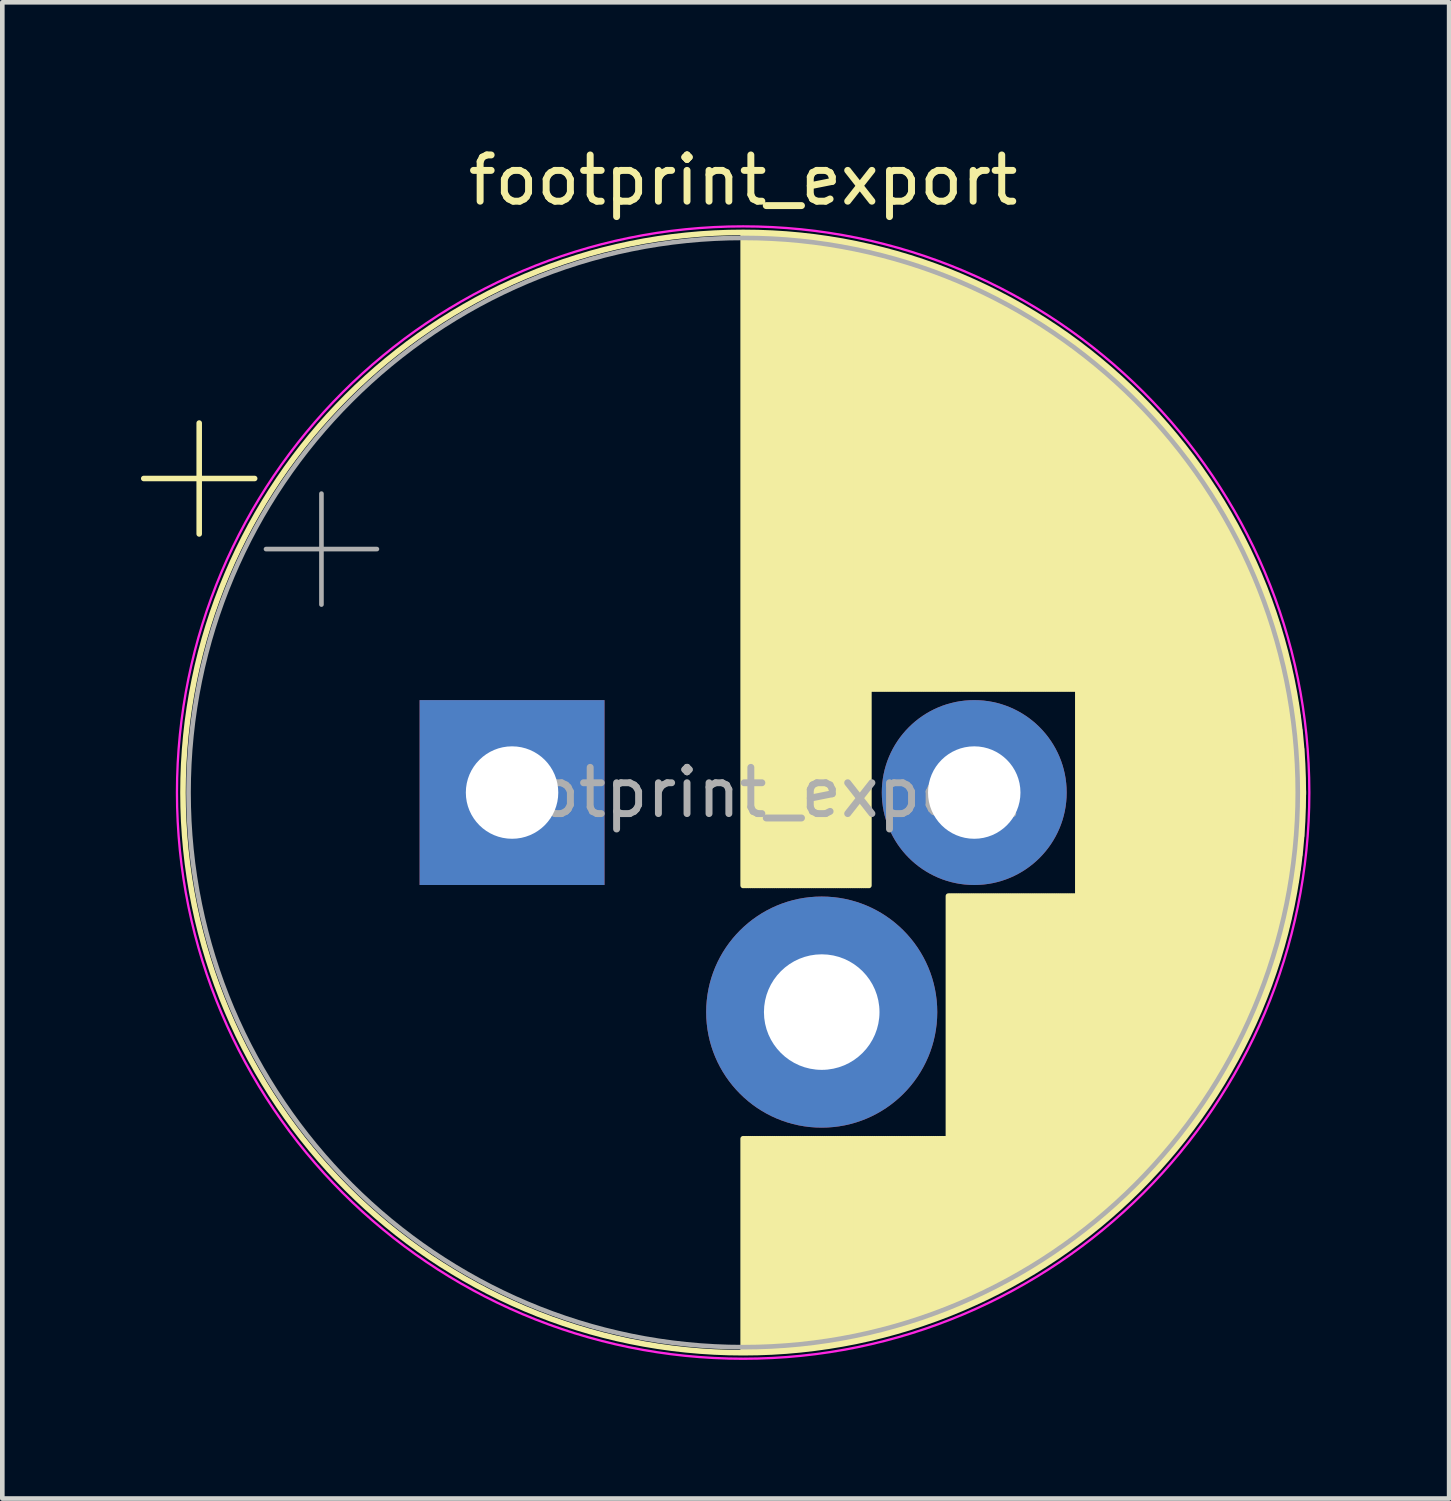
<source format=kicad_pcb>
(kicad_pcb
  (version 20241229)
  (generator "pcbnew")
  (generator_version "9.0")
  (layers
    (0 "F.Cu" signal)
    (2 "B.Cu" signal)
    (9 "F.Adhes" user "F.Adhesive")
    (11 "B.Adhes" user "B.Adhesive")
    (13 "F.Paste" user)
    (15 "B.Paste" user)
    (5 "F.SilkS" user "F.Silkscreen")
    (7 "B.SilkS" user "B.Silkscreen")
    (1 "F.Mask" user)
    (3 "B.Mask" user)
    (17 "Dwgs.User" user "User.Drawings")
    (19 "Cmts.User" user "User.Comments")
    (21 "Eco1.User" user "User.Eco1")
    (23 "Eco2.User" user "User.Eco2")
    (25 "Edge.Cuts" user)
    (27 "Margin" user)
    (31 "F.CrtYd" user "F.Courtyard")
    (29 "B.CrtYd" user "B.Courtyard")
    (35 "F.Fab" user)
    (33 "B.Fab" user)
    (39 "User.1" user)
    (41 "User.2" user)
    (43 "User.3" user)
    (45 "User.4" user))
  (footprint "footprint_export"
    (layer "F.Cu")
    (at 8.029 14.098)
    (property "Reference" "footprint_export" (at 5 -13.25 0) (layer "F.SilkS") (effects (font (size 1 1) (thickness 0.15))))
    (attr through_hole)
    (fp_line (start -7.969 -6.795) (end -5.569 -6.795) (stroke (width 0.12) (type solid)) (layer "F.SilkS"))
    (fp_line (start -6.769 -7.995) (end -6.769 -5.595) (stroke (width 0.12) (type solid)) (layer "F.SilkS"))
    (fp_line (start 5 -12.081) (end 5 2.01) (stroke (width 0.12) (type solid)) (layer "F.SilkS"))
    (fp_line (start 5 7.49) (end 5 12.081) (stroke (width 0.12) (type solid)) (layer "F.SilkS"))
    (fp_line (start 5.04 -12.08) (end 5.04 2.01) (stroke (width 0.12) (type solid)) (layer "F.SilkS"))
    (fp_line (start 5.04 7.49) (end 5.04 12.08) (stroke (width 0.12) (type solid)) (layer "F.SilkS"))
    (fp_line (start 5.08 -12.08) (end 5.08 2.01) (stroke (width 0.12) (type solid)) (layer "F.SilkS"))
    (fp_line (start 5.08 7.49) (end 5.08 12.08) (stroke (width 0.12) (type solid)) (layer "F.SilkS"))
    (fp_line (start 5.12 -12.08) (end 5.12 2.01) (stroke (width 0.12) (type solid)) (layer "F.SilkS"))
    (fp_line (start 5.12 7.49) (end 5.12 12.08) (stroke (width 0.12) (type solid)) (layer "F.SilkS"))
    (fp_line (start 5.16 -12.079) (end 5.16 2.01) (stroke (width 0.12) (type solid)) (layer "F.SilkS"))
    (fp_line (start 5.16 7.49) (end 5.16 12.079) (stroke (width 0.12) (type solid)) (layer "F.SilkS"))
    (fp_line (start 5.2 -12.079) (end 5.2 2.01) (stroke (width 0.12) (type solid)) (layer "F.SilkS"))
    (fp_line (start 5.2 7.49) (end 5.2 12.079) (stroke (width 0.12) (type solid)) (layer "F.SilkS"))
    (fp_line (start 5.24 -12.078) (end 5.24 2.01) (stroke (width 0.12) (type solid)) (layer "F.SilkS"))
    (fp_line (start 5.24 7.49) (end 5.24 12.078) (stroke (width 0.12) (type solid)) (layer "F.SilkS"))
    (fp_line (start 5.28 -12.077) (end 5.28 2.01) (stroke (width 0.12) (type solid)) (layer "F.SilkS"))
    (fp_line (start 5.28 7.49) (end 5.28 12.077) (stroke (width 0.12) (type solid)) (layer "F.SilkS"))
    (fp_line (start 5.32 -12.076) (end 5.32 2.01) (stroke (width 0.12) (type solid)) (layer "F.SilkS"))
    (fp_line (start 5.32 7.49) (end 5.32 12.076) (stroke (width 0.12) (type solid)) (layer "F.SilkS"))
    (fp_line (start 5.36 -12.075) (end 5.36 2.01) (stroke (width 0.12) (type solid)) (layer "F.SilkS"))
    (fp_line (start 5.36 7.49) (end 5.36 12.075) (stroke (width 0.12) (type solid)) (layer "F.SilkS"))
    (fp_line (start 5.4 -12.074) (end 5.4 2.01) (stroke (width 0.12) (type solid)) (layer "F.SilkS"))
    (fp_line (start 5.4 7.49) (end 5.4 12.074) (stroke (width 0.12) (type solid)) (layer "F.SilkS"))
    (fp_line (start 5.44 -12.073) (end 5.44 2.01) (stroke (width 0.12) (type solid)) (layer "F.SilkS"))
    (fp_line (start 5.44 7.49) (end 5.44 12.073) (stroke (width 0.12) (type solid)) (layer "F.SilkS"))
    (fp_line (start 5.48 -12.071) (end 5.48 2.01) (stroke (width 0.12) (type solid)) (layer "F.SilkS"))
    (fp_line (start 5.48 7.49) (end 5.48 12.071) (stroke (width 0.12) (type solid)) (layer "F.SilkS"))
    (fp_line (start 5.52 -12.069) (end 5.52 2.01) (stroke (width 0.12) (type solid)) (layer "F.SilkS"))
    (fp_line (start 5.52 7.49) (end 5.52 12.069) (stroke (width 0.12) (type solid)) (layer "F.SilkS"))
    (fp_line (start 5.56 -12.068) (end 5.56 2.01) (stroke (width 0.12) (type solid)) (layer "F.SilkS"))
    (fp_line (start 5.56 7.49) (end 5.56 12.068) (stroke (width 0.12) (type solid)) (layer "F.SilkS"))
    (fp_line (start 5.6 -12.066) (end 5.6 2.01) (stroke (width 0.12) (type solid)) (layer "F.SilkS"))
    (fp_line (start 5.6 7.49) (end 5.6 12.066) (stroke (width 0.12) (type solid)) (layer "F.SilkS"))
    (fp_line (start 5.64 -12.064) (end 5.64 2.01) (stroke (width 0.12) (type solid)) (layer "F.SilkS"))
    (fp_line (start 5.64 7.49) (end 5.64 12.064) (stroke (width 0.12) (type solid)) (layer "F.SilkS"))
    (fp_line (start 5.68 -12.061) (end 5.68 2.01) (stroke (width 0.12) (type solid)) (layer "F.SilkS"))
    (fp_line (start 5.68 7.49) (end 5.68 12.061) (stroke (width 0.12) (type solid)) (layer "F.SilkS"))
    (fp_line (start 5.721 -12.059) (end 5.721 2.01) (stroke (width 0.12) (type solid)) (layer "F.SilkS"))
    (fp_line (start 5.721 7.49) (end 5.721 12.059) (stroke (width 0.12) (type solid)) (layer "F.SilkS"))
    (fp_line (start 5.761 -12.057) (end 5.761 2.01) (stroke (width 0.12) (type solid)) (layer "F.SilkS"))
    (fp_line (start 5.761 7.49) (end 5.761 12.057) (stroke (width 0.12) (type solid)) (layer "F.SilkS"))
    (fp_line (start 5.801 -12.054) (end 5.801 2.01) (stroke (width 0.12) (type solid)) (layer "F.SilkS"))
    (fp_line (start 5.801 7.49) (end 5.801 12.054) (stroke (width 0.12) (type solid)) (layer "F.SilkS"))
    (fp_line (start 5.841 -12.051) (end 5.841 2.01) (stroke (width 0.12) (type solid)) (layer "F.SilkS"))
    (fp_line (start 5.841 7.49) (end 5.841 12.051) (stroke (width 0.12) (type solid)) (layer "F.SilkS"))
    (fp_line (start 5.881 -12.049) (end 5.881 2.01) (stroke (width 0.12) (type solid)) (layer "F.SilkS"))
    (fp_line (start 5.881 7.49) (end 5.881 12.049) (stroke (width 0.12) (type solid)) (layer "F.SilkS"))
    (fp_line (start 5.921 -12.046) (end 5.921 2.01) (stroke (width 0.12) (type solid)) (layer "F.SilkS"))
    (fp_line (start 5.921 7.49) (end 5.921 12.046) (stroke (width 0.12) (type solid)) (layer "F.SilkS"))
    (fp_line (start 5.961 -12.042) (end 5.961 2.01) (stroke (width 0.12) (type solid)) (layer "F.SilkS"))
    (fp_line (start 5.961 7.49) (end 5.961 12.042) (stroke (width 0.12) (type solid)) (layer "F.SilkS"))
    (fp_line (start 6.001 -12.039) (end 6.001 2.01) (stroke (width 0.12) (type solid)) (layer "F.SilkS"))
    (fp_line (start 6.001 7.49) (end 6.001 12.039) (stroke (width 0.12) (type solid)) (layer "F.SilkS"))
    (fp_line (start 6.041 -12.036) (end 6.041 2.01) (stroke (width 0.12) (type solid)) (layer "F.SilkS"))
    (fp_line (start 6.041 7.49) (end 6.041 12.036) (stroke (width 0.12) (type solid)) (layer "F.SilkS"))
    (fp_line (start 6.081 -12.032) (end 6.081 2.01) (stroke (width 0.12) (type solid)) (layer "F.SilkS"))
    (fp_line (start 6.081 7.49) (end 6.081 12.032) (stroke (width 0.12) (type solid)) (layer "F.SilkS"))
    (fp_line (start 6.121 -12.029) (end 6.121 2.01) (stroke (width 0.12) (type solid)) (layer "F.SilkS"))
    (fp_line (start 6.121 7.49) (end 6.121 12.029) (stroke (width 0.12) (type solid)) (layer "F.SilkS"))
    (fp_line (start 6.161 -12.025) (end 6.161 2.01) (stroke (width 0.12) (type solid)) (layer "F.SilkS"))
    (fp_line (start 6.161 7.49) (end 6.161 12.025) (stroke (width 0.12) (type solid)) (layer "F.SilkS"))
    (fp_line (start 6.201 -12.021) (end 6.201 2.01) (stroke (width 0.12) (type solid)) (layer "F.SilkS"))
    (fp_line (start 6.201 7.49) (end 6.201 12.021) (stroke (width 0.12) (type solid)) (layer "F.SilkS"))
    (fp_line (start 6.241 -12.017) (end 6.241 2.01) (stroke (width 0.12) (type solid)) (layer "F.SilkS"))
    (fp_line (start 6.241 7.49) (end 6.241 12.017) (stroke (width 0.12) (type solid)) (layer "F.SilkS"))
    (fp_line (start 6.281 -12.013) (end 6.281 2.01) (stroke (width 0.12) (type solid)) (layer "F.SilkS"))
    (fp_line (start 6.281 7.49) (end 6.281 12.013) (stroke (width 0.12) (type solid)) (layer "F.SilkS"))
    (fp_line (start 6.321 -12.008) (end 6.321 2.01) (stroke (width 0.12) (type solid)) (layer "F.SilkS"))
    (fp_line (start 6.321 7.49) (end 6.321 12.008) (stroke (width 0.12) (type solid)) (layer "F.SilkS"))
    (fp_line (start 6.361 -12.004) (end 6.361 2.01) (stroke (width 0.12) (type solid)) (layer "F.SilkS"))
    (fp_line (start 6.361 7.49) (end 6.361 12.004) (stroke (width 0.12) (type solid)) (layer "F.SilkS"))
    (fp_line (start 6.401 -11.999) (end 6.401 2.01) (stroke (width 0.12) (type solid)) (layer "F.SilkS"))
    (fp_line (start 6.401 7.49) (end 6.401 11.999) (stroke (width 0.12) (type solid)) (layer "F.SilkS"))
    (fp_line (start 6.441 -11.995) (end 6.441 2.01) (stroke (width 0.12) (type solid)) (layer "F.SilkS"))
    (fp_line (start 6.441 7.49) (end 6.441 11.995) (stroke (width 0.12) (type solid)) (layer "F.SilkS"))
    (fp_line (start 6.481 -11.99) (end 6.481 2.01) (stroke (width 0.12) (type solid)) (layer "F.SilkS"))
    (fp_line (start 6.481 7.49) (end 6.481 11.99) (stroke (width 0.12) (type solid)) (layer "F.SilkS"))
    (fp_line (start 6.521 -11.985) (end 6.521 2.01) (stroke (width 0.12) (type solid)) (layer "F.SilkS"))
    (fp_line (start 6.521 7.49) (end 6.521 11.985) (stroke (width 0.12) (type solid)) (layer "F.SilkS"))
    (fp_line (start 6.561 -11.98) (end 6.561 2.01) (stroke (width 0.12) (type solid)) (layer "F.SilkS"))
    (fp_line (start 6.561 7.49) (end 6.561 11.98) (stroke (width 0.12) (type solid)) (layer "F.SilkS"))
    (fp_line (start 6.601 -11.974) (end 6.601 2.01) (stroke (width 0.12) (type solid)) (layer "F.SilkS"))
    (fp_line (start 6.601 7.49) (end 6.601 11.974) (stroke (width 0.12) (type solid)) (layer "F.SilkS"))
    (fp_line (start 6.641 -11.969) (end 6.641 2.01) (stroke (width 0.12) (type solid)) (layer "F.SilkS"))
    (fp_line (start 6.641 7.49) (end 6.641 11.969) (stroke (width 0.12) (type solid)) (layer "F.SilkS"))
    (fp_line (start 6.681 -11.963) (end 6.681 2.01) (stroke (width 0.12) (type solid)) (layer "F.SilkS"))
    (fp_line (start 6.681 7.49) (end 6.681 11.963) (stroke (width 0.12) (type solid)) (layer "F.SilkS"))
    (fp_line (start 6.721 -11.958) (end 6.721 2.01) (stroke (width 0.12) (type solid)) (layer "F.SilkS"))
    (fp_line (start 6.721 7.49) (end 6.721 11.958) (stroke (width 0.12) (type solid)) (layer "F.SilkS"))
    (fp_line (start 6.761 -11.952) (end 6.761 2.01) (stroke (width 0.12) (type solid)) (layer "F.SilkS"))
    (fp_line (start 6.761 7.49) (end 6.761 11.952) (stroke (width 0.12) (type solid)) (layer "F.SilkS"))
    (fp_line (start 6.801 -11.946) (end 6.801 2.01) (stroke (width 0.12) (type solid)) (layer "F.SilkS"))
    (fp_line (start 6.801 7.49) (end 6.801 11.946) (stroke (width 0.12) (type solid)) (layer "F.SilkS"))
    (fp_line (start 6.841 -11.94) (end 6.841 2.01) (stroke (width 0.12) (type solid)) (layer "F.SilkS"))
    (fp_line (start 6.841 7.49) (end 6.841 11.94) (stroke (width 0.12) (type solid)) (layer "F.SilkS"))
    (fp_line (start 6.881 -11.934) (end 6.881 2.01) (stroke (width 0.12) (type solid)) (layer "F.SilkS"))
    (fp_line (start 6.881 7.49) (end 6.881 11.934) (stroke (width 0.12) (type solid)) (layer "F.SilkS"))
    (fp_line (start 6.921 -11.927) (end 6.921 2.01) (stroke (width 0.12) (type solid)) (layer "F.SilkS"))
    (fp_line (start 6.921 7.49) (end 6.921 11.927) (stroke (width 0.12) (type solid)) (layer "F.SilkS"))
    (fp_line (start 6.961 -11.921) (end 6.961 2.01) (stroke (width 0.12) (type solid)) (layer "F.SilkS"))
    (fp_line (start 6.961 7.49) (end 6.961 11.921) (stroke (width 0.12) (type solid)) (layer "F.SilkS"))
    (fp_line (start 7.001 -11.914) (end 7.001 2.01) (stroke (width 0.12) (type solid)) (layer "F.SilkS"))
    (fp_line (start 7.001 7.49) (end 7.001 11.914) (stroke (width 0.12) (type solid)) (layer "F.SilkS"))
    (fp_line (start 7.041 -11.908) (end 7.041 2.01) (stroke (width 0.12) (type solid)) (layer "F.SilkS"))
    (fp_line (start 7.041 7.49) (end 7.041 11.908) (stroke (width 0.12) (type solid)) (layer "F.SilkS"))
    (fp_line (start 7.081 -11.901) (end 7.081 2.01) (stroke (width 0.12) (type solid)) (layer "F.SilkS"))
    (fp_line (start 7.081 7.49) (end 7.081 11.901) (stroke (width 0.12) (type solid)) (layer "F.SilkS"))
    (fp_line (start 7.121 -11.894) (end 7.121 2.01) (stroke (width 0.12) (type solid)) (layer "F.SilkS"))
    (fp_line (start 7.121 7.49) (end 7.121 11.894) (stroke (width 0.12) (type solid)) (layer "F.SilkS"))
    (fp_line (start 7.161 -11.886) (end 7.161 2.01) (stroke (width 0.12) (type solid)) (layer "F.SilkS"))
    (fp_line (start 7.161 7.49) (end 7.161 11.886) (stroke (width 0.12) (type solid)) (layer "F.SilkS"))
    (fp_line (start 7.201 -11.879) (end 7.201 2.01) (stroke (width 0.12) (type solid)) (layer "F.SilkS"))
    (fp_line (start 7.201 7.49) (end 7.201 11.879) (stroke (width 0.12) (type solid)) (layer "F.SilkS"))
    (fp_line (start 7.241 -11.872) (end 7.241 2.01) (stroke (width 0.12) (type solid)) (layer "F.SilkS"))
    (fp_line (start 7.241 7.49) (end 7.241 11.872) (stroke (width 0.12) (type solid)) (layer "F.SilkS"))
    (fp_line (start 7.281 -11.864) (end 7.281 2.01) (stroke (width 0.12) (type solid)) (layer "F.SilkS"))
    (fp_line (start 7.281 7.49) (end 7.281 11.864) (stroke (width 0.12) (type solid)) (layer "F.SilkS"))
    (fp_line (start 7.321 -11.856) (end 7.321 2.01) (stroke (width 0.12) (type solid)) (layer "F.SilkS"))
    (fp_line (start 7.321 7.49) (end 7.321 11.856) (stroke (width 0.12) (type solid)) (layer "F.SilkS"))
    (fp_line (start 7.361 -11.849) (end 7.361 2.01) (stroke (width 0.12) (type solid)) (layer "F.SilkS"))
    (fp_line (start 7.361 7.49) (end 7.361 11.849) (stroke (width 0.12) (type solid)) (layer "F.SilkS"))
    (fp_line (start 7.401 -11.841) (end 7.401 2.01) (stroke (width 0.12) (type solid)) (layer "F.SilkS"))
    (fp_line (start 7.401 7.49) (end 7.401 11.841) (stroke (width 0.12) (type solid)) (layer "F.SilkS"))
    (fp_line (start 7.441 -11.832) (end 7.441 2.01) (stroke (width 0.12) (type solid)) (layer "F.SilkS"))
    (fp_line (start 7.441 7.49) (end 7.441 11.832) (stroke (width 0.12) (type solid)) (layer "F.SilkS"))
    (fp_line (start 7.481 -11.824) (end 7.481 2.01) (stroke (width 0.12) (type solid)) (layer "F.SilkS"))
    (fp_line (start 7.481 7.49) (end 7.481 11.824) (stroke (width 0.12) (type solid)) (layer "F.SilkS"))
    (fp_line (start 7.521 -11.816) (end 7.521 2.01) (stroke (width 0.12) (type solid)) (layer "F.SilkS"))
    (fp_line (start 7.521 7.49) (end 7.521 11.816) (stroke (width 0.12) (type solid)) (layer "F.SilkS"))
    (fp_line (start 7.561 -11.807) (end 7.561 2.01) (stroke (width 0.12) (type solid)) (layer "F.SilkS"))
    (fp_line (start 7.561 7.49) (end 7.561 11.807) (stroke (width 0.12) (type solid)) (layer "F.SilkS"))
    (fp_line (start 7.601 -11.798) (end 7.601 2.01) (stroke (width 0.12) (type solid)) (layer "F.SilkS"))
    (fp_line (start 7.601 7.49) (end 7.601 11.798) (stroke (width 0.12) (type solid)) (layer "F.SilkS"))
    (fp_line (start 7.641 -11.789) (end 7.641 2.01) (stroke (width 0.12) (type solid)) (layer "F.SilkS"))
    (fp_line (start 7.641 7.49) (end 7.641 11.789) (stroke (width 0.12) (type solid)) (layer "F.SilkS"))
    (fp_line (start 7.681 -11.78) (end 7.681 2.01) (stroke (width 0.12) (type solid)) (layer "F.SilkS"))
    (fp_line (start 7.681 7.49) (end 7.681 11.78) (stroke (width 0.12) (type solid)) (layer "F.SilkS"))
    (fp_line (start 7.721 -11.771) (end 7.721 2.01) (stroke (width 0.12) (type solid)) (layer "F.SilkS"))
    (fp_line (start 7.721 7.49) (end 7.721 11.771) (stroke (width 0.12) (type solid)) (layer "F.SilkS"))
    (fp_line (start 7.761 -11.762) (end 7.761 -2.24) (stroke (width 0.12) (type solid)) (layer "F.SilkS"))
    (fp_line (start 7.761 7.49) (end 7.761 11.762) (stroke (width 0.12) (type solid)) (layer "F.SilkS"))
    (fp_line (start 7.801 -11.753) (end 7.801 -2.24) (stroke (width 0.12) (type solid)) (layer "F.SilkS"))
    (fp_line (start 7.801 7.49) (end 7.801 11.753) (stroke (width 0.12) (type solid)) (layer "F.SilkS"))
    (fp_line (start 7.841 -11.743) (end 7.841 -2.24) (stroke (width 0.12) (type solid)) (layer "F.SilkS"))
    (fp_line (start 7.841 7.49) (end 7.841 11.743) (stroke (width 0.12) (type solid)) (layer "F.SilkS"))
    (fp_line (start 7.881 -11.733) (end 7.881 -2.24) (stroke (width 0.12) (type solid)) (layer "F.SilkS"))
    (fp_line (start 7.881 7.49) (end 7.881 11.733) (stroke (width 0.12) (type solid)) (layer "F.SilkS"))
    (fp_line (start 7.921 -11.723) (end 7.921 -2.24) (stroke (width 0.12) (type solid)) (layer "F.SilkS"))
    (fp_line (start 7.921 7.49) (end 7.921 11.723) (stroke (width 0.12) (type solid)) (layer "F.SilkS"))
    (fp_line (start 7.961 -11.713) (end 7.961 -2.24) (stroke (width 0.12) (type solid)) (layer "F.SilkS"))
    (fp_line (start 7.961 7.49) (end 7.961 11.713) (stroke (width 0.12) (type solid)) (layer "F.SilkS"))
    (fp_line (start 8.001 -11.703) (end 8.001 -2.24) (stroke (width 0.12) (type solid)) (layer "F.SilkS"))
    (fp_line (start 8.001 7.49) (end 8.001 11.703) (stroke (width 0.12) (type solid)) (layer "F.SilkS"))
    (fp_line (start 8.041 -11.693) (end 8.041 -2.24) (stroke (width 0.12) (type solid)) (layer "F.SilkS"))
    (fp_line (start 8.041 7.49) (end 8.041 11.693) (stroke (width 0.12) (type solid)) (layer "F.SilkS"))
    (fp_line (start 8.081 -11.683) (end 8.081 -2.24) (stroke (width 0.12) (type solid)) (layer "F.SilkS"))
    (fp_line (start 8.081 7.49) (end 8.081 11.683) (stroke (width 0.12) (type solid)) (layer "F.SilkS"))
    (fp_line (start 8.121 -11.672) (end 8.121 -2.24) (stroke (width 0.12) (type solid)) (layer "F.SilkS"))
    (fp_line (start 8.121 7.49) (end 8.121 11.672) (stroke (width 0.12) (type solid)) (layer "F.SilkS"))
    (fp_line (start 8.161 -11.661) (end 8.161 -2.24) (stroke (width 0.12) (type solid)) (layer "F.SilkS"))
    (fp_line (start 8.161 7.49) (end 8.161 11.661) (stroke (width 0.12) (type solid)) (layer "F.SilkS"))
    (fp_line (start 8.201 -11.65) (end 8.201 -2.24) (stroke (width 0.12) (type solid)) (layer "F.SilkS"))
    (fp_line (start 8.201 7.49) (end 8.201 11.65) (stroke (width 0.12) (type solid)) (layer "F.SilkS"))
    (fp_line (start 8.241 -11.639) (end 8.241 -2.24) (stroke (width 0.12) (type solid)) (layer "F.SilkS"))
    (fp_line (start 8.241 7.49) (end 8.241 11.639) (stroke (width 0.12) (type solid)) (layer "F.SilkS"))
    (fp_line (start 8.281 -11.628) (end 8.281 -2.24) (stroke (width 0.12) (type solid)) (layer "F.SilkS"))
    (fp_line (start 8.281 7.49) (end 8.281 11.628) (stroke (width 0.12) (type solid)) (layer "F.SilkS"))
    (fp_line (start 8.321 -11.617) (end 8.321 -2.24) (stroke (width 0.12) (type solid)) (layer "F.SilkS"))
    (fp_line (start 8.321 7.49) (end 8.321 11.617) (stroke (width 0.12) (type solid)) (layer "F.SilkS"))
    (fp_line (start 8.361 -11.605) (end 8.361 -2.24) (stroke (width 0.12) (type solid)) (layer "F.SilkS"))
    (fp_line (start 8.361 7.49) (end 8.361 11.605) (stroke (width 0.12) (type solid)) (layer "F.SilkS"))
    (fp_line (start 8.401 -11.594) (end 8.401 -2.24) (stroke (width 0.12) (type solid)) (layer "F.SilkS"))
    (fp_line (start 8.401 7.49) (end 8.401 11.594) (stroke (width 0.12) (type solid)) (layer "F.SilkS"))
    (fp_line (start 8.441 -11.582) (end 8.441 -2.24) (stroke (width 0.12) (type solid)) (layer "F.SilkS"))
    (fp_line (start 8.441 7.49) (end 8.441 11.582) (stroke (width 0.12) (type solid)) (layer "F.SilkS"))
    (fp_line (start 8.481 -11.57) (end 8.481 -2.24) (stroke (width 0.12) (type solid)) (layer "F.SilkS"))
    (fp_line (start 8.481 7.49) (end 8.481 11.57) (stroke (width 0.12) (type solid)) (layer "F.SilkS"))
    (fp_line (start 8.521 -11.558) (end 8.521 -2.24) (stroke (width 0.12) (type solid)) (layer "F.SilkS"))
    (fp_line (start 8.521 7.49) (end 8.521 11.558) (stroke (width 0.12) (type solid)) (layer "F.SilkS"))
    (fp_line (start 8.561 -11.546) (end 8.561 -2.24) (stroke (width 0.12) (type solid)) (layer "F.SilkS"))
    (fp_line (start 8.561 7.49) (end 8.561 11.546) (stroke (width 0.12) (type solid)) (layer "F.SilkS"))
    (fp_line (start 8.601 -11.534) (end 8.601 -2.24) (stroke (width 0.12) (type solid)) (layer "F.SilkS"))
    (fp_line (start 8.601 7.49) (end 8.601 11.534) (stroke (width 0.12) (type solid)) (layer "F.SilkS"))
    (fp_line (start 8.641 -11.521) (end 8.641 -2.24) (stroke (width 0.12) (type solid)) (layer "F.SilkS"))
    (fp_line (start 8.641 7.49) (end 8.641 11.521) (stroke (width 0.12) (type solid)) (layer "F.SilkS"))
    (fp_line (start 8.681 -11.508) (end 8.681 -2.24) (stroke (width 0.12) (type solid)) (layer "F.SilkS"))
    (fp_line (start 8.681 7.49) (end 8.681 11.508) (stroke (width 0.12) (type solid)) (layer "F.SilkS"))
    (fp_line (start 8.721 -11.495) (end 8.721 -2.24) (stroke (width 0.12) (type solid)) (layer "F.SilkS"))
    (fp_line (start 8.721 7.49) (end 8.721 11.495) (stroke (width 0.12) (type solid)) (layer "F.SilkS"))
    (fp_line (start 8.761 -11.483) (end 8.761 -2.24) (stroke (width 0.12) (type solid)) (layer "F.SilkS"))
    (fp_line (start 8.761 7.49) (end 8.761 11.483) (stroke (width 0.12) (type solid)) (layer "F.SilkS"))
    (fp_line (start 8.801 -11.469) (end 8.801 -2.24) (stroke (width 0.12) (type solid)) (layer "F.SilkS"))
    (fp_line (start 8.801 7.49) (end 8.801 11.469) (stroke (width 0.12) (type solid)) (layer "F.SilkS"))
    (fp_line (start 8.841 -11.456) (end 8.841 -2.24) (stroke (width 0.12) (type solid)) (layer "F.SilkS"))
    (fp_line (start 8.841 7.49) (end 8.841 11.456) (stroke (width 0.12) (type solid)) (layer "F.SilkS"))
    (fp_line (start 8.881 -11.443) (end 8.881 -2.24) (stroke (width 0.12) (type solid)) (layer "F.SilkS"))
    (fp_line (start 8.881 7.49) (end 8.881 11.443) (stroke (width 0.12) (type solid)) (layer "F.SilkS"))
    (fp_line (start 8.921 -11.429) (end 8.921 -2.24) (stroke (width 0.12) (type solid)) (layer "F.SilkS"))
    (fp_line (start 8.921 7.49) (end 8.921 11.429) (stroke (width 0.12) (type solid)) (layer "F.SilkS"))
    (fp_line (start 8.961 -11.415) (end 8.961 -2.24) (stroke (width 0.12) (type solid)) (layer "F.SilkS"))
    (fp_line (start 8.961 7.49) (end 8.961 11.415) (stroke (width 0.12) (type solid)) (layer "F.SilkS"))
    (fp_line (start 9.001 -11.401) (end 9.001 -2.24) (stroke (width 0.12) (type solid)) (layer "F.SilkS"))
    (fp_line (start 9.001 7.49) (end 9.001 11.401) (stroke (width 0.12) (type solid)) (layer "F.SilkS"))
    (fp_line (start 9.041 -11.387) (end 9.041 -2.24) (stroke (width 0.12) (type solid)) (layer "F.SilkS"))
    (fp_line (start 9.041 7.49) (end 9.041 11.387) (stroke (width 0.12) (type solid)) (layer "F.SilkS"))
    (fp_line (start 9.081 -11.373) (end 9.081 -2.24) (stroke (width 0.12) (type solid)) (layer "F.SilkS"))
    (fp_line (start 9.081 7.49) (end 9.081 11.373) (stroke (width 0.12) (type solid)) (layer "F.SilkS"))
    (fp_line (start 9.121 -11.359) (end 9.121 -2.24) (stroke (width 0.12) (type solid)) (layer "F.SilkS"))
    (fp_line (start 9.121 7.49) (end 9.121 11.359) (stroke (width 0.12) (type solid)) (layer "F.SilkS"))
    (fp_line (start 9.161 -11.344) (end 9.161 -2.24) (stroke (width 0.12) (type solid)) (layer "F.SilkS"))
    (fp_line (start 9.161 7.49) (end 9.161 11.344) (stroke (width 0.12) (type solid)) (layer "F.SilkS"))
    (fp_line (start 9.201 -11.33) (end 9.201 -2.24) (stroke (width 0.12) (type solid)) (layer "F.SilkS"))
    (fp_line (start 9.201 7.49) (end 9.201 11.33) (stroke (width 0.12) (type solid)) (layer "F.SilkS"))
    (fp_line (start 9.241 -11.315) (end 9.241 -2.24) (stroke (width 0.12) (type solid)) (layer "F.SilkS"))
    (fp_line (start 9.241 7.49) (end 9.241 11.315) (stroke (width 0.12) (type solid)) (layer "F.SilkS"))
    (fp_line (start 9.281 -11.3) (end 9.281 -2.24) (stroke (width 0.12) (type solid)) (layer "F.SilkS"))
    (fp_line (start 9.281 7.49) (end 9.281 11.3) (stroke (width 0.12) (type solid)) (layer "F.SilkS"))
    (fp_line (start 9.321 -11.284) (end 9.321 -2.24) (stroke (width 0.12) (type solid)) (layer "F.SilkS"))
    (fp_line (start 9.321 7.49) (end 9.321 11.284) (stroke (width 0.12) (type solid)) (layer "F.SilkS"))
    (fp_line (start 9.361 -11.269) (end 9.361 -2.24) (stroke (width 0.12) (type solid)) (layer "F.SilkS"))
    (fp_line (start 9.361 7.49) (end 9.361 11.269) (stroke (width 0.12) (type solid)) (layer "F.SilkS"))
    (fp_line (start 9.401 -11.254) (end 9.401 -2.24) (stroke (width 0.12) (type solid)) (layer "F.SilkS"))
    (fp_line (start 9.401 7.49) (end 9.401 11.254) (stroke (width 0.12) (type solid)) (layer "F.SilkS"))
    (fp_line (start 9.441 -11.238) (end 9.441 -2.24) (stroke (width 0.12) (type solid)) (layer "F.SilkS"))
    (fp_line (start 9.441 2.24) (end 9.441 11.238) (stroke (width 0.12) (type solid)) (layer "F.SilkS"))
    (fp_line (start 9.481 -11.222) (end 9.481 -2.24) (stroke (width 0.12) (type solid)) (layer "F.SilkS"))
    (fp_line (start 9.481 2.24) (end 9.481 11.222) (stroke (width 0.12) (type solid)) (layer "F.SilkS"))
    (fp_line (start 9.521 -11.206) (end 9.521 -2.24) (stroke (width 0.12) (type solid)) (layer "F.SilkS"))
    (fp_line (start 9.521 2.24) (end 9.521 11.206) (stroke (width 0.12) (type solid)) (layer "F.SilkS"))
    (fp_line (start 9.561 -11.19) (end 9.561 -2.24) (stroke (width 0.12) (type solid)) (layer "F.SilkS"))
    (fp_line (start 9.561 2.24) (end 9.561 11.19) (stroke (width 0.12) (type solid)) (layer "F.SilkS"))
    (fp_line (start 9.601 -11.174) (end 9.601 -2.24) (stroke (width 0.12) (type solid)) (layer "F.SilkS"))
    (fp_line (start 9.601 2.24) (end 9.601 11.174) (stroke (width 0.12) (type solid)) (layer "F.SilkS"))
    (fp_line (start 9.641 -11.157) (end 9.641 -2.24) (stroke (width 0.12) (type solid)) (layer "F.SilkS"))
    (fp_line (start 9.641 2.24) (end 9.641 11.157) (stroke (width 0.12) (type solid)) (layer "F.SilkS"))
    (fp_line (start 9.681 -11.14) (end 9.681 -2.24) (stroke (width 0.12) (type solid)) (layer "F.SilkS"))
    (fp_line (start 9.681 2.24) (end 9.681 11.14) (stroke (width 0.12) (type solid)) (layer "F.SilkS"))
    (fp_line (start 9.721 -11.124) (end 9.721 -2.24) (stroke (width 0.12) (type solid)) (layer "F.SilkS"))
    (fp_line (start 9.721 2.24) (end 9.721 11.124) (stroke (width 0.12) (type solid)) (layer "F.SilkS"))
    (fp_line (start 9.761 -11.107) (end 9.761 -2.24) (stroke (width 0.12) (type solid)) (layer "F.SilkS"))
    (fp_line (start 9.761 2.24) (end 9.761 11.107) (stroke (width 0.12) (type solid)) (layer "F.SilkS"))
    (fp_line (start 9.801 -11.089) (end 9.801 -2.24) (stroke (width 0.12) (type solid)) (layer "F.SilkS"))
    (fp_line (start 9.801 2.24) (end 9.801 11.089) (stroke (width 0.12) (type solid)) (layer "F.SilkS"))
    (fp_line (start 9.841 -11.072) (end 9.841 -2.24) (stroke (width 0.12) (type solid)) (layer "F.SilkS"))
    (fp_line (start 9.841 2.24) (end 9.841 11.072) (stroke (width 0.12) (type solid)) (layer "F.SilkS"))
    (fp_line (start 9.881 -11.055) (end 9.881 -2.24) (stroke (width 0.12) (type solid)) (layer "F.SilkS"))
    (fp_line (start 9.881 2.24) (end 9.881 11.055) (stroke (width 0.12) (type solid)) (layer "F.SilkS"))
    (fp_line (start 9.921 -11.037) (end 9.921 -2.24) (stroke (width 0.12) (type solid)) (layer "F.SilkS"))
    (fp_line (start 9.921 2.24) (end 9.921 11.037) (stroke (width 0.12) (type solid)) (layer "F.SilkS"))
    (fp_line (start 9.961 -11.019) (end 9.961 -2.24) (stroke (width 0.12) (type solid)) (layer "F.SilkS"))
    (fp_line (start 9.961 2.24) (end 9.961 11.019) (stroke (width 0.12) (type solid)) (layer "F.SilkS"))
    (fp_line (start 10.001 -11.001) (end 10.001 -2.24) (stroke (width 0.12) (type solid)) (layer "F.SilkS"))
    (fp_line (start 10.001 2.24) (end 10.001 11.001) (stroke (width 0.12) (type solid)) (layer "F.SilkS"))
    (fp_line (start 10.041 -10.983) (end 10.041 -2.24) (stroke (width 0.12) (type solid)) (layer "F.SilkS"))
    (fp_line (start 10.041 2.24) (end 10.041 10.983) (stroke (width 0.12) (type solid)) (layer "F.SilkS"))
    (fp_line (start 10.081 -10.964) (end 10.081 -2.24) (stroke (width 0.12) (type solid)) (layer "F.SilkS"))
    (fp_line (start 10.081 2.24) (end 10.081 10.964) (stroke (width 0.12) (type solid)) (layer "F.SilkS"))
    (fp_line (start 10.121 -10.946) (end 10.121 -2.24) (stroke (width 0.12) (type solid)) (layer "F.SilkS"))
    (fp_line (start 10.121 2.24) (end 10.121 10.946) (stroke (width 0.12) (type solid)) (layer "F.SilkS"))
    (fp_line (start 10.161 -10.927) (end 10.161 -2.24) (stroke (width 0.12) (type solid)) (layer "F.SilkS"))
    (fp_line (start 10.161 2.24) (end 10.161 10.927) (stroke (width 0.12) (type solid)) (layer "F.SilkS"))
    (fp_line (start 10.201 -10.908) (end 10.201 -2.24) (stroke (width 0.12) (type solid)) (layer "F.SilkS"))
    (fp_line (start 10.201 2.24) (end 10.201 10.908) (stroke (width 0.12) (type solid)) (layer "F.SilkS"))
    (fp_line (start 10.241 -10.889) (end 10.241 -2.24) (stroke (width 0.12) (type solid)) (layer "F.SilkS"))
    (fp_line (start 10.241 2.24) (end 10.241 10.889) (stroke (width 0.12) (type solid)) (layer "F.SilkS"))
    (fp_line (start 10.281 -10.87) (end 10.281 -2.24) (stroke (width 0.12) (type solid)) (layer "F.SilkS"))
    (fp_line (start 10.281 2.24) (end 10.281 10.87) (stroke (width 0.12) (type solid)) (layer "F.SilkS"))
    (fp_line (start 10.321 -10.85) (end 10.321 -2.24) (stroke (width 0.12) (type solid)) (layer "F.SilkS"))
    (fp_line (start 10.321 2.24) (end 10.321 10.85) (stroke (width 0.12) (type solid)) (layer "F.SilkS"))
    (fp_line (start 10.361 -10.831) (end 10.361 -2.24) (stroke (width 0.12) (type solid)) (layer "F.SilkS"))
    (fp_line (start 10.361 2.24) (end 10.361 10.831) (stroke (width 0.12) (type solid)) (layer "F.SilkS"))
    (fp_line (start 10.401 -10.811) (end 10.401 -2.24) (stroke (width 0.12) (type solid)) (layer "F.SilkS"))
    (fp_line (start 10.401 2.24) (end 10.401 10.811) (stroke (width 0.12) (type solid)) (layer "F.SilkS"))
    (fp_line (start 10.441 -10.791) (end 10.441 -2.24) (stroke (width 0.12) (type solid)) (layer "F.SilkS"))
    (fp_line (start 10.441 2.24) (end 10.441 10.791) (stroke (width 0.12) (type solid)) (layer "F.SilkS"))
    (fp_line (start 10.481 -10.771) (end 10.481 -2.24) (stroke (width 0.12) (type solid)) (layer "F.SilkS"))
    (fp_line (start 10.481 2.24) (end 10.481 10.771) (stroke (width 0.12) (type solid)) (layer "F.SilkS"))
    (fp_line (start 10.521 -10.75) (end 10.521 -2.24) (stroke (width 0.12) (type solid)) (layer "F.SilkS"))
    (fp_line (start 10.521 2.24) (end 10.521 10.75) (stroke (width 0.12) (type solid)) (layer "F.SilkS"))
    (fp_line (start 10.561 -10.73) (end 10.561 -2.24) (stroke (width 0.12) (type solid)) (layer "F.SilkS"))
    (fp_line (start 10.561 2.24) (end 10.561 10.73) (stroke (width 0.12) (type solid)) (layer "F.SilkS"))
    (fp_line (start 10.601 -10.709) (end 10.601 -2.24) (stroke (width 0.12) (type solid)) (layer "F.SilkS"))
    (fp_line (start 10.601 2.24) (end 10.601 10.709) (stroke (width 0.12) (type solid)) (layer "F.SilkS"))
    (fp_line (start 10.641 -10.688) (end 10.641 -2.24) (stroke (width 0.12) (type solid)) (layer "F.SilkS"))
    (fp_line (start 10.641 2.24) (end 10.641 10.688) (stroke (width 0.12) (type solid)) (layer "F.SilkS"))
    (fp_line (start 10.681 -10.667) (end 10.681 -2.24) (stroke (width 0.12) (type solid)) (layer "F.SilkS"))
    (fp_line (start 10.681 2.24) (end 10.681 10.667) (stroke (width 0.12) (type solid)) (layer "F.SilkS"))
    (fp_line (start 10.721 -10.646) (end 10.721 -2.24) (stroke (width 0.12) (type solid)) (layer "F.SilkS"))
    (fp_line (start 10.721 2.24) (end 10.721 10.646) (stroke (width 0.12) (type solid)) (layer "F.SilkS"))
    (fp_line (start 10.761 -10.624) (end 10.761 -2.24) (stroke (width 0.12) (type solid)) (layer "F.SilkS"))
    (fp_line (start 10.761 2.24) (end 10.761 10.624) (stroke (width 0.12) (type solid)) (layer "F.SilkS"))
    (fp_line (start 10.801 -10.603) (end 10.801 -2.24) (stroke (width 0.12) (type solid)) (layer "F.SilkS"))
    (fp_line (start 10.801 2.24) (end 10.801 10.603) (stroke (width 0.12) (type solid)) (layer "F.SilkS"))
    (fp_line (start 10.841 -10.581) (end 10.841 -2.24) (stroke (width 0.12) (type solid)) (layer "F.SilkS"))
    (fp_line (start 10.841 2.24) (end 10.841 10.581) (stroke (width 0.12) (type solid)) (layer "F.SilkS"))
    (fp_line (start 10.881 -10.559) (end 10.881 -2.24) (stroke (width 0.12) (type solid)) (layer "F.SilkS"))
    (fp_line (start 10.881 2.24) (end 10.881 10.559) (stroke (width 0.12) (type solid)) (layer "F.SilkS"))
    (fp_line (start 10.921 -10.536) (end 10.921 -2.24) (stroke (width 0.12) (type solid)) (layer "F.SilkS"))
    (fp_line (start 10.921 2.24) (end 10.921 10.536) (stroke (width 0.12) (type solid)) (layer "F.SilkS"))
    (fp_line (start 10.961 -10.514) (end 10.961 -2.24) (stroke (width 0.12) (type solid)) (layer "F.SilkS"))
    (fp_line (start 10.961 2.24) (end 10.961 10.514) (stroke (width 0.12) (type solid)) (layer "F.SilkS"))
    (fp_line (start 11.001 -10.491) (end 11.001 -2.24) (stroke (width 0.12) (type solid)) (layer "F.SilkS"))
    (fp_line (start 11.001 2.24) (end 11.001 10.491) (stroke (width 0.12) (type solid)) (layer "F.SilkS"))
    (fp_line (start 11.041 -10.468) (end 11.041 -2.24) (stroke (width 0.12) (type solid)) (layer "F.SilkS"))
    (fp_line (start 11.041 2.24) (end 11.041 10.468) (stroke (width 0.12) (type solid)) (layer "F.SilkS"))
    (fp_line (start 11.081 -10.445) (end 11.081 -2.24) (stroke (width 0.12) (type solid)) (layer "F.SilkS"))
    (fp_line (start 11.081 2.24) (end 11.081 10.445) (stroke (width 0.12) (type solid)) (layer "F.SilkS"))
    (fp_line (start 11.121 -10.422) (end 11.121 -2.24) (stroke (width 0.12) (type solid)) (layer "F.SilkS"))
    (fp_line (start 11.121 2.24) (end 11.121 10.422) (stroke (width 0.12) (type solid)) (layer "F.SilkS"))
    (fp_line (start 11.161 -10.398) (end 11.161 -2.24) (stroke (width 0.12) (type solid)) (layer "F.SilkS"))
    (fp_line (start 11.161 2.24) (end 11.161 10.398) (stroke (width 0.12) (type solid)) (layer "F.SilkS"))
    (fp_line (start 11.201 -10.375) (end 11.201 -2.24) (stroke (width 0.12) (type solid)) (layer "F.SilkS"))
    (fp_line (start 11.201 2.24) (end 11.201 10.375) (stroke (width 0.12) (type solid)) (layer "F.SilkS"))
    (fp_line (start 11.241 -10.351) (end 11.241 -2.24) (stroke (width 0.12) (type solid)) (layer "F.SilkS"))
    (fp_line (start 11.241 2.24) (end 11.241 10.351) (stroke (width 0.12) (type solid)) (layer "F.SilkS"))
    (fp_line (start 11.281 -10.327) (end 11.281 -2.24) (stroke (width 0.12) (type solid)) (layer "F.SilkS"))
    (fp_line (start 11.281 2.24) (end 11.281 10.327) (stroke (width 0.12) (type solid)) (layer "F.SilkS"))
    (fp_line (start 11.321 -10.302) (end 11.321 -2.24) (stroke (width 0.12) (type solid)) (layer "F.SilkS"))
    (fp_line (start 11.321 2.24) (end 11.321 10.302) (stroke (width 0.12) (type solid)) (layer "F.SilkS"))
    (fp_line (start 11.361 -10.278) (end 11.361 -2.24) (stroke (width 0.12) (type solid)) (layer "F.SilkS"))
    (fp_line (start 11.361 2.24) (end 11.361 10.278) (stroke (width 0.12) (type solid)) (layer "F.SilkS"))
    (fp_line (start 11.401 -10.253) (end 11.401 -2.24) (stroke (width 0.12) (type solid)) (layer "F.SilkS"))
    (fp_line (start 11.401 2.24) (end 11.401 10.253) (stroke (width 0.12) (type solid)) (layer "F.SilkS"))
    (fp_line (start 11.441 -10.228) (end 11.441 -2.24) (stroke (width 0.12) (type solid)) (layer "F.SilkS"))
    (fp_line (start 11.441 2.24) (end 11.441 10.228) (stroke (width 0.12) (type solid)) (layer "F.SilkS"))
    (fp_line (start 11.481 -10.203) (end 11.481 -2.24) (stroke (width 0.12) (type solid)) (layer "F.SilkS"))
    (fp_line (start 11.481 2.24) (end 11.481 10.203) (stroke (width 0.12) (type solid)) (layer "F.SilkS"))
    (fp_line (start 11.521 -10.177) (end 11.521 -2.24) (stroke (width 0.12) (type solid)) (layer "F.SilkS"))
    (fp_line (start 11.521 2.24) (end 11.521 10.177) (stroke (width 0.12) (type solid)) (layer "F.SilkS"))
    (fp_line (start 11.561 -10.152) (end 11.561 -2.24) (stroke (width 0.12) (type solid)) (layer "F.SilkS"))
    (fp_line (start 11.561 2.24) (end 11.561 10.152) (stroke (width 0.12) (type solid)) (layer "F.SilkS"))
    (fp_line (start 11.601 -10.126) (end 11.601 -2.24) (stroke (width 0.12) (type solid)) (layer "F.SilkS"))
    (fp_line (start 11.601 2.24) (end 11.601 10.126) (stroke (width 0.12) (type solid)) (layer "F.SilkS"))
    (fp_line (start 11.641 -10.1) (end 11.641 -2.24) (stroke (width 0.12) (type solid)) (layer "F.SilkS"))
    (fp_line (start 11.641 2.24) (end 11.641 10.1) (stroke (width 0.12) (type solid)) (layer "F.SilkS"))
    (fp_line (start 11.681 -10.073) (end 11.681 -2.24) (stroke (width 0.12) (type solid)) (layer "F.SilkS"))
    (fp_line (start 11.681 2.24) (end 11.681 10.073) (stroke (width 0.12) (type solid)) (layer "F.SilkS"))
    (fp_line (start 11.721 -10.047) (end 11.721 -2.24) (stroke (width 0.12) (type solid)) (layer "F.SilkS"))
    (fp_line (start 11.721 2.24) (end 11.721 10.047) (stroke (width 0.12) (type solid)) (layer "F.SilkS"))
    (fp_line (start 11.761 -10.02) (end 11.761 -2.24) (stroke (width 0.12) (type solid)) (layer "F.SilkS"))
    (fp_line (start 11.761 2.24) (end 11.761 10.02) (stroke (width 0.12) (type solid)) (layer "F.SilkS"))
    (fp_line (start 11.801 -9.993) (end 11.801 -2.24) (stroke (width 0.12) (type solid)) (layer "F.SilkS"))
    (fp_line (start 11.801 2.24) (end 11.801 9.993) (stroke (width 0.12) (type solid)) (layer "F.SilkS"))
    (fp_line (start 11.841 -9.966) (end 11.841 -2.24) (stroke (width 0.12) (type solid)) (layer "F.SilkS"))
    (fp_line (start 11.841 2.24) (end 11.841 9.966) (stroke (width 0.12) (type solid)) (layer "F.SilkS"))
    (fp_line (start 11.881 -9.938) (end 11.881 -2.24) (stroke (width 0.12) (type solid)) (layer "F.SilkS"))
    (fp_line (start 11.881 2.24) (end 11.881 9.938) (stroke (width 0.12) (type solid)) (layer "F.SilkS"))
    (fp_line (start 11.921 -9.911) (end 11.921 -2.24) (stroke (width 0.12) (type solid)) (layer "F.SilkS"))
    (fp_line (start 11.921 2.24) (end 11.921 9.911) (stroke (width 0.12) (type solid)) (layer "F.SilkS"))
    (fp_line (start 11.961 -9.883) (end 11.961 -2.24) (stroke (width 0.12) (type solid)) (layer "F.SilkS"))
    (fp_line (start 11.961 2.24) (end 11.961 9.883) (stroke (width 0.12) (type solid)) (layer "F.SilkS"))
    (fp_line (start 12.001 -9.855) (end 12.001 -2.24) (stroke (width 0.12) (type solid)) (layer "F.SilkS"))
    (fp_line (start 12.001 2.24) (end 12.001 9.855) (stroke (width 0.12) (type solid)) (layer "F.SilkS"))
    (fp_line (start 12.041 -9.826) (end 12.041 -2.24) (stroke (width 0.12) (type solid)) (layer "F.SilkS"))
    (fp_line (start 12.041 2.24) (end 12.041 9.826) (stroke (width 0.12) (type solid)) (layer "F.SilkS"))
    (fp_line (start 12.081 -9.798) (end 12.081 -2.24) (stroke (width 0.12) (type solid)) (layer "F.SilkS"))
    (fp_line (start 12.081 2.24) (end 12.081 9.798) (stroke (width 0.12) (type solid)) (layer "F.SilkS"))
    (fp_line (start 12.121 -9.769) (end 12.121 -2.24) (stroke (width 0.12) (type solid)) (layer "F.SilkS"))
    (fp_line (start 12.121 2.24) (end 12.121 9.769) (stroke (width 0.12) (type solid)) (layer "F.SilkS"))
    (fp_line (start 12.161 -9.739) (end 12.161 -2.24) (stroke (width 0.12) (type solid)) (layer "F.SilkS"))
    (fp_line (start 12.161 2.24) (end 12.161 9.739) (stroke (width 0.12) (type solid)) (layer "F.SilkS"))
    (fp_line (start 12.201 -9.71) (end 12.201 -2.24) (stroke (width 0.12) (type solid)) (layer "F.SilkS"))
    (fp_line (start 12.201 2.24) (end 12.201 9.71) (stroke (width 0.12) (type solid)) (layer "F.SilkS"))
    (fp_line (start 12.241 -9.68) (end 12.241 9.68) (stroke (width 0.12) (type solid)) (layer "F.SilkS"))
    (fp_line (start 12.281 -9.65) (end 12.281 9.65) (stroke (width 0.12) (type solid)) (layer "F.SilkS"))
    (fp_line (start 12.321 -9.62) (end 12.321 9.62) (stroke (width 0.12) (type solid)) (layer "F.SilkS"))
    (fp_line (start 12.361 -9.59) (end 12.361 9.59) (stroke (width 0.12) (type solid)) (layer "F.SilkS"))
    (fp_line (start 12.401 -9.559) (end 12.401 9.559) (stroke (width 0.12) (type solid)) (layer "F.SilkS"))
    (fp_line (start 12.441 -9.528) (end 12.441 9.528) (stroke (width 0.12) (type solid)) (layer "F.SilkS"))
    (fp_line (start 12.481 -9.497) (end 12.481 9.497) (stroke (width 0.12) (type solid)) (layer "F.SilkS"))
    (fp_line (start 12.521 -9.465) (end 12.521 9.465) (stroke (width 0.12) (type solid)) (layer "F.SilkS"))
    (fp_line (start 12.561 -9.434) (end 12.561 9.434) (stroke (width 0.12) (type solid)) (layer "F.SilkS"))
    (fp_line (start 12.601 -9.402) (end 12.601 9.402) (stroke (width 0.12) (type solid)) (layer "F.SilkS"))
    (fp_line (start 12.641 -9.369) (end 12.641 9.369) (stroke (width 0.12) (type solid)) (layer "F.SilkS"))
    (fp_line (start 12.681 -9.337) (end 12.681 9.337) (stroke (width 0.12) (type solid)) (layer "F.SilkS"))
    (fp_line (start 12.721 -9.304) (end 12.721 9.304) (stroke (width 0.12) (type solid)) (layer "F.SilkS"))
    (fp_line (start 12.761 -9.271) (end 12.761 9.271) (stroke (width 0.12) (type solid)) (layer "F.SilkS"))
    (fp_line (start 12.801 -9.237) (end 12.801 9.237) (stroke (width 0.12) (type solid)) (layer "F.SilkS"))
    (fp_line (start 12.841 -9.203) (end 12.841 9.203) (stroke (width 0.12) (type solid)) (layer "F.SilkS"))
    (fp_line (start 12.881 -9.169) (end 12.881 9.169) (stroke (width 0.12) (type solid)) (layer "F.SilkS"))
    (fp_line (start 12.921 -9.135) (end 12.921 9.135) (stroke (width 0.12) (type solid)) (layer "F.SilkS"))
    (fp_line (start 12.961 -9.1) (end 12.961 9.1) (stroke (width 0.12) (type solid)) (layer "F.SilkS"))
    (fp_line (start 13.001 -9.065) (end 13.001 9.065) (stroke (width 0.12) (type solid)) (layer "F.SilkS"))
    (fp_line (start 13.041 -9.03) (end 13.041 9.03) (stroke (width 0.12) (type solid)) (layer "F.SilkS"))
    (fp_line (start 13.081 -8.994) (end 13.081 8.994) (stroke (width 0.12) (type solid)) (layer "F.SilkS"))
    (fp_line (start 13.121 -8.958) (end 13.121 8.958) (stroke (width 0.12) (type solid)) (layer "F.SilkS"))
    (fp_line (start 13.161 -8.922) (end 13.161 8.922) (stroke (width 0.12) (type solid)) (layer "F.SilkS"))
    (fp_line (start 13.2 -8.885) (end 13.2 8.885) (stroke (width 0.12) (type solid)) (layer "F.SilkS"))
    (fp_line (start 13.24 -8.849) (end 13.24 8.849) (stroke (width 0.12) (type solid)) (layer "F.SilkS"))
    (fp_line (start 13.28 -8.811) (end 13.28 8.811) (stroke (width 0.12) (type solid)) (layer "F.SilkS"))
    (fp_line (start 13.32 -8.774) (end 13.32 8.774) (stroke (width 0.12) (type solid)) (layer "F.SilkS"))
    (fp_line (start 13.36 -8.736) (end 13.36 8.736) (stroke (width 0.12) (type solid)) (layer "F.SilkS"))
    (fp_line (start 13.4 -8.697) (end 13.4 8.697) (stroke (width 0.12) (type solid)) (layer "F.SilkS"))
    (fp_line (start 13.44 -8.659) (end 13.44 8.659) (stroke (width 0.12) (type solid)) (layer "F.SilkS"))
    (fp_line (start 13.48 -8.62) (end 13.48 8.62) (stroke (width 0.12) (type solid)) (layer "F.SilkS"))
    (fp_line (start 13.52 -8.58) (end 13.52 8.58) (stroke (width 0.12) (type solid)) (layer "F.SilkS"))
    (fp_line (start 13.56 -8.541) (end 13.56 8.541) (stroke (width 0.12) (type solid)) (layer "F.SilkS"))
    (fp_line (start 13.6 -8.501) (end 13.6 8.501) (stroke (width 0.12) (type solid)) (layer "F.SilkS"))
    (fp_line (start 13.64 -8.46) (end 13.64 8.46) (stroke (width 0.12) (type solid)) (layer "F.SilkS"))
    (fp_line (start 13.68 -8.419) (end 13.68 8.419) (stroke (width 0.12) (type solid)) (layer "F.SilkS"))
    (fp_line (start 13.72 -8.378) (end 13.72 8.378) (stroke (width 0.12) (type solid)) (layer "F.SilkS"))
    (fp_line (start 13.76 -8.336) (end 13.76 8.336) (stroke (width 0.12) (type solid)) (layer "F.SilkS"))
    (fp_line (start 13.8 -8.294) (end 13.8 8.294) (stroke (width 0.12) (type solid)) (layer "F.SilkS"))
    (fp_line (start 13.84 -8.252) (end 13.84 8.252) (stroke (width 0.12) (type solid)) (layer "F.SilkS"))
    (fp_line (start 13.88 -8.209) (end 13.88 8.209) (stroke (width 0.12) (type solid)) (layer "F.SilkS"))
    (fp_line (start 13.92 -8.166) (end 13.92 8.166) (stroke (width 0.12) (type solid)) (layer "F.SilkS"))
    (fp_line (start 13.96 -8.122) (end 13.96 8.122) (stroke (width 0.12) (type solid)) (layer "F.SilkS"))
    (fp_line (start 14 -8.078) (end 14 8.078) (stroke (width 0.12) (type solid)) (layer "F.SilkS"))
    (fp_line (start 14.04 -8.033) (end 14.04 8.033) (stroke (width 0.12) (type solid)) (layer "F.SilkS"))
    (fp_line (start 14.08 -7.988) (end 14.08 7.988) (stroke (width 0.12) (type solid)) (layer "F.SilkS"))
    (fp_line (start 14.12 -7.943) (end 14.12 7.943) (stroke (width 0.12) (type solid)) (layer "F.SilkS"))
    (fp_line (start 14.16 -7.897) (end 14.16 7.897) (stroke (width 0.12) (type solid)) (layer "F.SilkS"))
    (fp_line (start 14.2 -7.851) (end 14.2 7.851) (stroke (width 0.12) (type solid)) (layer "F.SilkS"))
    (fp_line (start 14.24 -7.804) (end 14.24 7.804) (stroke (width 0.12) (type solid)) (layer "F.SilkS"))
    (fp_line (start 14.28 -7.756) (end 14.28 7.756) (stroke (width 0.12) (type solid)) (layer "F.SilkS"))
    (fp_line (start 14.32 -7.709) (end 14.32 7.709) (stroke (width 0.12) (type solid)) (layer "F.SilkS"))
    (fp_line (start 14.36 -7.66) (end 14.36 7.66) (stroke (width 0.12) (type solid)) (layer "F.SilkS"))
    (fp_line (start 14.4 -7.611) (end 14.4 7.611) (stroke (width 0.12) (type solid)) (layer "F.SilkS"))
    (fp_line (start 14.44 -7.562) (end 14.44 7.562) (stroke (width 0.12) (type solid)) (layer "F.SilkS"))
    (fp_line (start 14.48 -7.512) (end 14.48 7.512) (stroke (width 0.12) (type solid)) (layer "F.SilkS"))
    (fp_line (start 14.52 -7.461) (end 14.52 7.461) (stroke (width 0.12) (type solid)) (layer "F.SilkS"))
    (fp_line (start 14.56 -7.41) (end 14.56 7.41) (stroke (width 0.12) (type solid)) (layer "F.SilkS"))
    (fp_line (start 14.6 -7.359) (end 14.6 7.359) (stroke (width 0.12) (type solid)) (layer "F.SilkS"))
    (fp_line (start 14.64 -7.307) (end 14.64 7.307) (stroke (width 0.12) (type solid)) (layer "F.SilkS"))
    (fp_line (start 14.68 -7.254) (end 14.68 7.254) (stroke (width 0.12) (type solid)) (layer "F.SilkS"))
    (fp_line (start 14.72 -7.2) (end 14.72 7.2) (stroke (width 0.12) (type solid)) (layer "F.SilkS"))
    (fp_line (start 14.76 -7.146) (end 14.76 7.146) (stroke (width 0.12) (type solid)) (layer "F.SilkS"))
    (fp_line (start 14.8 -7.092) (end 14.8 7.092) (stroke (width 0.12) (type solid)) (layer "F.SilkS"))
    (fp_line (start 14.84 -7.036) (end 14.84 7.036) (stroke (width 0.12) (type solid)) (layer "F.SilkS"))
    (fp_line (start 14.88 -6.98) (end 14.88 6.98) (stroke (width 0.12) (type solid)) (layer "F.SilkS"))
    (fp_line (start 14.92 -6.924) (end 14.92 6.924) (stroke (width 0.12) (type solid)) (layer "F.SilkS"))
    (fp_line (start 14.96 -6.866) (end 14.96 6.866) (stroke (width 0.12) (type solid)) (layer "F.SilkS"))
    (fp_line (start 15 -6.808) (end 15 6.808) (stroke (width 0.12) (type solid)) (layer "F.SilkS"))
    (fp_line (start 15.04 -6.75) (end 15.04 6.75) (stroke (width 0.12) (type solid)) (layer "F.SilkS"))
    (fp_line (start 15.08 -6.69) (end 15.08 6.69) (stroke (width 0.12) (type solid)) (layer "F.SilkS"))
    (fp_line (start 15.12 -6.63) (end 15.12 6.63) (stroke (width 0.12) (type solid)) (layer "F.SilkS"))
    (fp_line (start 15.16 -6.569) (end 15.16 6.569) (stroke (width 0.12) (type solid)) (layer "F.SilkS"))
    (fp_line (start 15.2 -6.507) (end 15.2 6.507) (stroke (width 0.12) (type solid)) (layer "F.SilkS"))
    (fp_line (start 15.24 -6.444) (end 15.24 6.444) (stroke (width 0.12) (type solid)) (layer "F.SilkS"))
    (fp_line (start 15.28 -6.38) (end 15.28 6.38) (stroke (width 0.12) (type solid)) (layer "F.SilkS"))
    (fp_line (start 15.32 -6.316) (end 15.32 6.316) (stroke (width 0.12) (type solid)) (layer "F.SilkS"))
    (fp_line (start 15.36 -6.251) (end 15.36 6.251) (stroke (width 0.12) (type solid)) (layer "F.SilkS"))
    (fp_line (start 15.4 -6.184) (end 15.4 6.184) (stroke (width 0.12) (type solid)) (layer "F.SilkS"))
    (fp_line (start 15.44 -6.117) (end 15.44 6.117) (stroke (width 0.12) (type solid)) (layer "F.SilkS"))
    (fp_line (start 15.48 -6.049) (end 15.48 6.049) (stroke (width 0.12) (type solid)) (layer "F.SilkS"))
    (fp_line (start 15.52 -5.979) (end 15.52 5.979) (stroke (width 0.12) (type solid)) (layer "F.SilkS"))
    (fp_line (start 15.56 -5.909) (end 15.56 5.909) (stroke (width 0.12) (type solid)) (layer "F.SilkS"))
    (fp_line (start 15.6 -5.837) (end 15.6 5.837) (stroke (width 0.12) (type solid)) (layer "F.SilkS"))
    (fp_line (start 15.64 -5.764) (end 15.64 5.764) (stroke (width 0.12) (type solid)) (layer "F.SilkS"))
    (fp_line (start 15.68 -5.69) (end 15.68 5.69) (stroke (width 0.12) (type solid)) (layer "F.SilkS"))
    (fp_line (start 15.72 -5.615) (end 15.72 5.615) (stroke (width 0.12) (type solid)) (layer "F.SilkS"))
    (fp_line (start 15.76 -5.539) (end 15.76 5.539) (stroke (width 0.12) (type solid)) (layer "F.SilkS"))
    (fp_line (start 15.8 -5.461) (end 15.8 5.461) (stroke (width 0.12) (type solid)) (layer "F.SilkS"))
    (fp_line (start 15.84 -5.382) (end 15.84 5.382) (stroke (width 0.12) (type solid)) (layer "F.SilkS"))
    (fp_line (start 15.88 -5.301) (end 15.88 5.301) (stroke (width 0.12) (type solid)) (layer "F.SilkS"))
    (fp_line (start 15.92 -5.219) (end 15.92 5.219) (stroke (width 0.12) (type solid)) (layer "F.SilkS"))
    (fp_line (start 15.96 -5.135) (end 15.96 5.135) (stroke (width 0.12) (type solid)) (layer "F.SilkS"))
    (fp_line (start 16 -5.049) (end 16 5.049) (stroke (width 0.12) (type solid)) (layer "F.SilkS"))
    (fp_line (start 16.04 -4.962) (end 16.04 4.962) (stroke (width 0.12) (type solid)) (layer "F.SilkS"))
    (fp_line (start 16.08 -4.873) (end 16.08 4.873) (stroke (width 0.12) (type solid)) (layer "F.SilkS"))
    (fp_line (start 16.12 -4.781) (end 16.12 4.781) (stroke (width 0.12) (type solid)) (layer "F.SilkS"))
    (fp_line (start 16.16 -4.688) (end 16.16 4.688) (stroke (width 0.12) (type solid)) (layer "F.SilkS"))
    (fp_line (start 16.2 -4.592) (end 16.2 4.592) (stroke (width 0.12) (type solid)) (layer "F.SilkS"))
    (fp_line (start 16.24 -4.494) (end 16.24 4.494) (stroke (width 0.12) (type solid)) (layer "F.SilkS"))
    (fp_line (start 16.28 -4.394) (end 16.28 4.394) (stroke (width 0.12) (type solid)) (layer "F.SilkS"))
    (fp_line (start 16.32 -4.291) (end 16.32 4.291) (stroke (width 0.12) (type solid)) (layer "F.SilkS"))
    (fp_line (start 16.36 -4.185) (end 16.36 4.185) (stroke (width 0.12) (type solid)) (layer "F.SilkS"))
    (fp_line (start 16.4 -4.076) (end 16.4 4.076) (stroke (width 0.12) (type solid)) (layer "F.SilkS"))
    (fp_line (start 16.44 -3.963) (end 16.44 3.963) (stroke (width 0.12) (type solid)) (layer "F.SilkS"))
    (fp_line (start 16.48 -3.847) (end 16.48 3.847) (stroke (width 0.12) (type solid)) (layer "F.SilkS"))
    (fp_line (start 16.52 -3.727) (end 16.52 3.727) (stroke (width 0.12) (type solid)) (layer "F.SilkS"))
    (fp_line (start 16.56 -3.602) (end 16.56 3.602) (stroke (width 0.12) (type solid)) (layer "F.SilkS"))
    (fp_line (start 16.6 -3.473) (end 16.6 3.473) (stroke (width 0.12) (type solid)) (layer "F.SilkS"))
    (fp_line (start 16.64 -3.338) (end 16.64 3.338) (stroke (width 0.12) (type solid)) (layer "F.SilkS"))
    (fp_line (start 16.68 -3.197) (end 16.68 3.197) (stroke (width 0.12) (type solid)) (layer "F.SilkS"))
    (fp_line (start 16.72 -3.049) (end 16.72 3.049) (stroke (width 0.12) (type solid)) (layer "F.SilkS"))
    (fp_line (start 16.76 -2.893) (end 16.76 2.893) (stroke (width 0.12) (type solid)) (layer "F.SilkS"))
    (fp_line (start 16.8 -2.727) (end 16.8 2.727) (stroke (width 0.12) (type solid)) (layer "F.SilkS"))
    (fp_line (start 16.84 -2.551) (end 16.84 2.551) (stroke (width 0.12) (type solid)) (layer "F.SilkS"))
    (fp_line (start 16.88 -2.361) (end 16.88 2.361) (stroke (width 0.12) (type solid)) (layer "F.SilkS"))
    (fp_line (start 16.92 -2.153) (end 16.92 2.153) (stroke (width 0.12) (type solid)) (layer "F.SilkS"))
    (fp_line (start 16.96 -1.923) (end 16.96 1.923) (stroke (width 0.12) (type solid)) (layer "F.SilkS"))
    (fp_line (start 17 -1.662) (end 17 1.662) (stroke (width 0.12) (type solid)) (layer "F.SilkS"))
    (fp_line (start 17.04 -1.351) (end 17.04 1.351) (stroke (width 0.12) (type solid)) (layer "F.SilkS"))
    (fp_line (start 17.08 -0.944) (end 17.08 0.944) (stroke (width 0.12) (type solid)) (layer "F.SilkS"))
    (fp_line (start 17.12 -0.04) (end 17.12 0.04) (stroke (width 0.12) (type solid)) (layer "F.SilkS"))
    (fp_circle (center 5 0) (end 17.12 0) (stroke (width 0.12) (type solid)) (fill no) (layer "F.SilkS"))
    (fp_circle (center 5 0) (end 17.25 0) (stroke (width 0.05) (type solid)) (fill no) (layer "F.CrtYd"))
    (fp_line (start -5.324 -5.268) (end -2.924 -5.268) (stroke (width 0.1) (type solid)) (layer "F.Fab"))
    (fp_line (start -4.124 -6.468) (end -4.124 -4.067) (stroke (width 0.1) (type solid)) (layer "F.Fab"))
    (fp_circle (center 5 0) (end 17 0) (stroke (width 0.1) (type solid)) (fill no) (layer "F.Fab"))
    (fp_text user "${REFERENCE}" (at 5 0 0) (layer "F.Fab") (effects (font (size 1 1) (thickness 0.15))))
    (pad "1" thru_hole rect (at 0 0) (size 4 4) (drill 2) (layers "*.Cu" "*.Mask"))
    (pad "2" thru_hole circle (at 6.7 4.75) (size 5 5) (drill 2.5) (layers "*.Cu" "*.Mask"))
    (pad "2" thru_hole circle (at 10 0) (size 4 4) (drill 2) (layers "*.Cu" "*.Mask")))
  (gr_rect
    (start -3 -3)
    (end 28.304 29.373)
    (stroke (width 0.1) (type default))
    (fill no)
    (layer "Edge.Cuts")))
</source>
